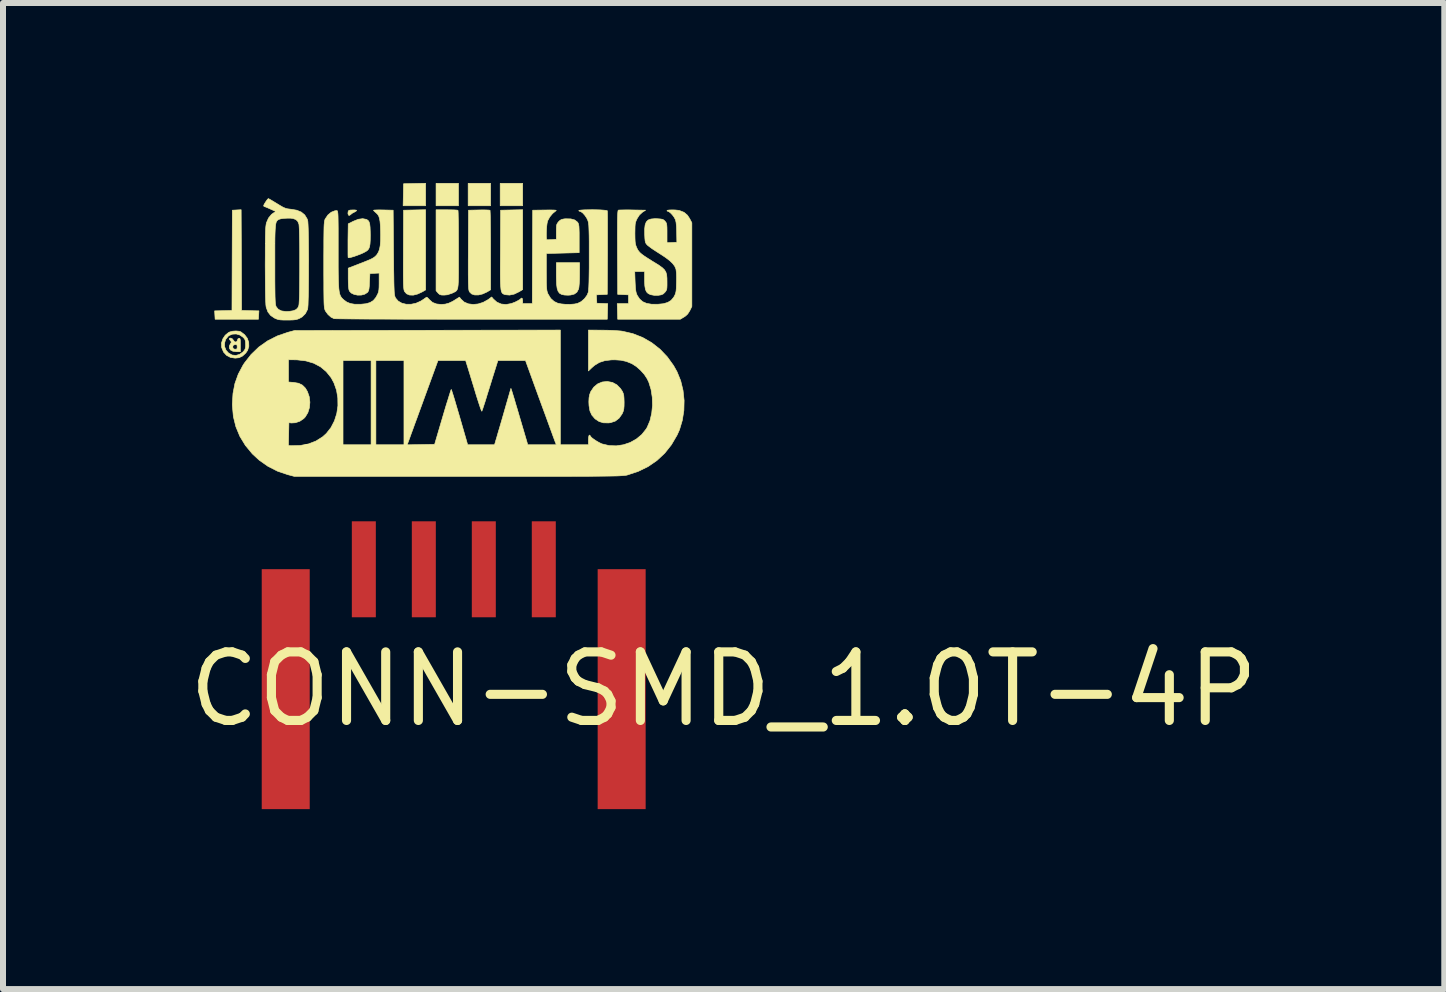
<source format=kicad_pcb>
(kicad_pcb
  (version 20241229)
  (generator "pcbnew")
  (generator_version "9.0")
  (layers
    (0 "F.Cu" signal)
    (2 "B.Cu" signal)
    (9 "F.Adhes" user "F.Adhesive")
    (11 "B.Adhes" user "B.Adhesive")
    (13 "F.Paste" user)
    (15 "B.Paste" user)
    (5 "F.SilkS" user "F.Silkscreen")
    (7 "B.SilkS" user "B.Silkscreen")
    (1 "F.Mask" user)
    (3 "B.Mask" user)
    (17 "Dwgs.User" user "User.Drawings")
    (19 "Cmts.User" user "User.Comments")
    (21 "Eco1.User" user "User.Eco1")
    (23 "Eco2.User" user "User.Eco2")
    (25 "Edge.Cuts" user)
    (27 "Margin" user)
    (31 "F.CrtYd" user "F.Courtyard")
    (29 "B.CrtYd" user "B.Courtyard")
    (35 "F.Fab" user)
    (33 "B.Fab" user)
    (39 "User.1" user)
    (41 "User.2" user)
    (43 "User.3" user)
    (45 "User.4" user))
  (footprint "CONN-SMD_1.0T-4P"
    (layer "F.Cu")
    (at 4.513 8.439)
    (property "Reference" "CONN-SMD_1.0T-4P" (at 4.5 0 0) (layer "F.SilkS") (effects (font (size 1.143 1.143) (thickness 0.152))))
    (attr smd)
    (fp_poly (pts (xy -0.294 -8.433) (xy 0.08 -8.433) (xy 0.08 -8.059) (xy -0.294 -8.059) (xy -0.294 -8.433)) (stroke (width 0.01) (type solid)) (fill yes) (layer "F.SilkS"))
    (fp_poly (pts (xy 0.241 -8.433) (xy 0.615 -8.433) (xy 0.615 -8.059) (xy 0.241 -8.059) (xy 0.241 -8.433)) (stroke (width 0.01) (type solid)) (fill yes) (layer "F.SilkS"))
    (fp_poly (pts (xy 0.775 -8.433) (xy 1.15 -8.433) (xy 1.15 -8.059) (xy 0.775 -8.059) (xy 0.775 -8.433)) (stroke (width 0.01) (type solid)) (fill yes) (layer "F.SilkS"))
    (fp_poly (pts (xy -0.839 -8.243) (xy -0.836 -8.426) (xy -0.652 -8.43) (xy -0.468 -8.434) (xy -0.468 -8.059) (xy -0.843 -8.059) (xy -0.839 -8.243)) (stroke (width 0.01) (type solid)) (fill yes) (layer "F.SilkS"))
    (fp_poly (pts (xy -3.981 -6.237) (xy -3.985 -6.307) (xy -3.841 -6.31) (xy -3.696 -6.314) (xy -3.69 -7.985) (xy -3.617 -7.989) (xy -3.543 -7.993) (xy -3.539 -7.154) (xy -3.536 -6.314) (xy -3.392 -6.31) (xy -3.247 -6.307) (xy -3.255 -6.167) (xy -3.977 -6.167) (xy -3.981 -6.237)) (stroke (width 0.01) (type solid)) (fill yes) (layer "F.SilkS"))
    (fp_poly (pts (xy -1.755 -7.903) (xy -1.763 -7.931) (xy -1.762 -7.942) (xy -1.758 -7.967) (xy -1.748 -7.981) (xy -1.725 -7.987) (xy -1.688 -7.989) (xy -1.649 -7.989) (xy -1.623 -7.985) (xy -1.618 -7.981) (xy -1.629 -7.968) (xy -1.655 -7.953) (xy -1.657 -7.952) (xy -1.69 -7.935) (xy -1.712 -7.917) (xy -1.737 -7.898) (xy -1.755 -7.903)) (stroke (width 0.01) (type solid)) (fill yes) (layer "F.SilkS"))
    (fp_poly (pts (xy 1.846 -6.571) (xy 1.799 -6.581) (xy 1.764 -6.601) (xy 1.74 -6.634) (xy 1.724 -6.683) (xy 1.715 -6.752) (xy 1.712 -6.843) (xy 1.711 -6.901) (xy 1.711 -7.11) (xy 2.099 -7.11) (xy 2.098 -6.912) (xy 2.097 -6.83) (xy 2.093 -6.759) (xy 2.088 -6.704) (xy 2.082 -6.67) (xy 2.081 -6.67) (xy 2.054 -6.619) (xy 2.011 -6.587) (xy 1.949 -6.571) (xy 1.906 -6.568) (xy 1.846 -6.571)) (stroke (width 0.01) (type solid)) (fill yes) (layer "F.SilkS"))
    (fp_poly (pts (xy 0.865 -6.576) (xy 0.845 -6.581) (xy 0.829 -6.588) (xy 0.815 -6.597) (xy 0.804 -6.611) (xy 0.795 -6.633) (xy 0.788 -6.664) (xy 0.784 -6.707) (xy 0.78 -6.763) (xy 0.778 -6.835) (xy 0.777 -6.926) (xy 0.777 -7.037) (xy 0.778 -7.17) (xy 0.779 -7.326) (xy 0.782 -7.985) (xy 0.966 -7.989) (xy 1.15 -7.993) (xy 1.15 -6.662) (xy 1.089 -6.625) (xy 1.008 -6.586) (xy 0.931 -6.57) (xy 0.865 -6.576)) (stroke (width 0.01) (type solid)) (fill yes) (layer "F.SilkS"))
    (fp_poly (pts (xy -0.736 -6.571) (xy -0.786 -6.592) (xy -0.82 -6.631) (xy -0.821 -6.634) (xy -0.826 -6.647) (xy -0.83 -6.664) (xy -0.833 -6.688) (xy -0.836 -6.721) (xy -0.838 -6.766) (xy -0.839 -6.824) (xy -0.84 -6.898) (xy -0.84 -6.991) (xy -0.84 -7.105) (xy -0.839 -7.241) (xy -0.839 -7.332) (xy -0.836 -7.985) (xy -0.652 -7.989) (xy -0.468 -7.993) (xy -0.468 -6.656) (xy -0.525 -6.623) (xy -0.603 -6.587) (xy -0.674 -6.569) (xy -0.736 -6.571)) (stroke (width 0.01) (type solid)) (fill yes) (layer "F.SilkS"))
    (fp_poly (pts (xy -1.758 -7.194) (xy -1.759 -7.195) (xy -1.761 -7.212) (xy -1.762 -7.252) (xy -1.762 -7.311) (xy -1.762 -7.383) (xy -1.762 -7.465) (xy -1.762 -7.484) (xy -1.758 -7.758) (xy -1.672 -7.801) (xy -1.59 -7.834) (xy -1.517 -7.844) (xy -1.455 -7.832) (xy -1.449 -7.829) (xy -1.427 -7.814) (xy -1.411 -7.791) (xy -1.4 -7.755) (xy -1.394 -7.703) (xy -1.391 -7.631) (xy -1.39 -7.571) (xy -1.391 -7.485) (xy -1.395 -7.421) (xy -1.403 -7.375) (xy -1.416 -7.342) (xy -1.435 -7.318) (xy -1.462 -7.298) (xy -1.463 -7.298) (xy -1.501 -7.277) (xy -1.55 -7.255) (xy -1.605 -7.234) (xy -1.658 -7.215) (xy -1.706 -7.201) (xy -1.741 -7.193) (xy -1.758 -7.194)) (stroke (width 0.01) (type solid)) (fill yes) (layer "F.SilkS"))
    (fp_poly (pts (xy 0.299 -6.589) (xy 0.264 -6.623) (xy 0.261 -6.629) (xy 0.256 -6.641) (xy 0.252 -6.659) (xy 0.249 -6.685) (xy 0.247 -6.721) (xy 0.245 -6.77) (xy 0.244 -6.835) (xy 0.243 -6.916) (xy 0.243 -7.017) (xy 0.243 -7.139) (xy 0.244 -7.285) (xy 0.244 -7.326) (xy 0.247 -7.985) (xy 0.422 -7.989) (xy 0.488 -7.99) (xy 0.544 -7.989) (xy 0.584 -7.987) (xy 0.605 -7.984) (xy 0.606 -7.983) (xy 0.607 -7.969) (xy 0.609 -7.93) (xy 0.611 -7.869) (xy 0.612 -7.79) (xy 0.613 -7.694) (xy 0.614 -7.584) (xy 0.615 -7.464) (xy 0.615 -7.334) (xy 0.615 -7.316) (xy 0.615 -6.658) (xy 0.557 -6.623) (xy 0.483 -6.589) (xy 0.413 -6.572) (xy 0.35 -6.572) (xy 0.299 -6.589)) (stroke (width 0.01) (type solid)) (fill yes) (layer "F.SilkS"))
    (fp_poly (pts (xy 2.496 -4.441) (xy 2.423 -4.463) (xy 2.358 -4.506) (xy 2.352 -4.512) (xy 2.303 -4.569) (xy 2.271 -4.639) (xy 2.256 -4.726) (xy 2.253 -4.79) (xy 2.256 -4.857) (xy 2.265 -4.907) (xy 2.281 -4.952) (xy 2.285 -4.961) (xy 2.335 -5.035) (xy 2.399 -5.089) (xy 2.475 -5.121) (xy 2.559 -5.13) (xy 2.646 -5.114) (xy 2.652 -5.111) (xy 2.72 -5.074) (xy 2.779 -5.014) (xy 2.812 -4.964) (xy 2.826 -4.932) (xy 2.835 -4.897) (xy 2.839 -4.85) (xy 2.841 -4.785) (xy 2.841 -4.783) (xy 2.84 -4.719) (xy 2.836 -4.674) (xy 2.828 -4.638) (xy 2.814 -4.603) (xy 2.807 -4.589) (xy 2.757 -4.518) (xy 2.693 -4.469) (xy 2.614 -4.443) (xy 2.582 -4.439) (xy 2.496 -4.441)) (stroke (width 0.01) (type solid)) (fill yes) (layer "F.SilkS"))
    (fp_poly (pts (xy -0.203 -6.571) (xy -0.232 -6.579) (xy -0.254 -6.597) (xy -0.262 -6.606) (xy -0.294 -6.643) (xy -0.294 -7.992) (xy -0.116 -7.992) (xy -0.049 -7.991) (xy 0.007 -7.99) (xy 0.049 -7.987) (xy 0.07 -7.984) (xy 0.071 -7.983) (xy 0.073 -7.968) (xy 0.075 -7.929) (xy 0.076 -7.869) (xy 0.078 -7.79) (xy 0.079 -7.694) (xy 0.079 -7.585) (xy 0.08 -7.465) (xy 0.08 -7.336) (xy 0.08 -7.323) (xy 0.08 -7.172) (xy 0.08 -7.046) (xy 0.08 -6.942) (xy 0.079 -6.857) (xy 0.077 -6.79) (xy 0.074 -6.738) (xy 0.069 -6.699) (xy 0.062 -6.671) (xy 0.052 -6.651) (xy 0.04 -6.637) (xy 0.025 -6.626) (xy 0.006 -6.617) (xy -0.016 -6.606) (xy -0.027 -6.601) (xy -0.105 -6.575) (xy -0.158 -6.57) (xy -0.203 -6.571)) (stroke (width 0.01) (type solid)) (fill yes) (layer "F.SilkS"))
    (fp_poly (pts (xy -3.681 -5.634) (xy -3.721 -5.655) (xy -3.741 -5.688) (xy -3.737 -5.729) (xy -3.722 -5.757) (xy -3.708 -5.781) (xy -3.711 -5.798) (xy -3.722 -5.811) (xy -3.741 -5.837) (xy -3.737 -5.85) (xy -3.716 -5.853) (xy -3.69 -5.841) (xy -3.674 -5.82) (xy -3.654 -5.794) (xy -3.63 -5.787) (xy -3.612 -5.8) (xy -3.607 -5.816) (xy -3.595 -5.842) (xy -3.579 -5.85) (xy -3.568 -5.85) (xy -3.561 -5.84) (xy -3.557 -5.815) (xy -3.556 -5.771) (xy -3.556 -5.74) (xy -3.556 -5.706) (xy -3.609 -5.706) (xy -3.612 -5.735) (xy -3.625 -5.744) (xy -3.646 -5.744) (xy -3.674 -5.735) (xy -3.683 -5.713) (xy -3.683 -5.706) (xy -3.677 -5.68) (xy -3.654 -5.669) (xy -3.646 -5.668) (xy -3.621 -5.668) (xy -3.611 -5.682) (xy -3.609 -5.706) (xy -3.556 -5.706) (xy -3.556 -5.626) (xy -3.623 -5.626) (xy -3.681 -5.634)) (stroke (width 0.01) (type solid)) (fill yes) (layer "F.SilkS"))
    (fp_poly (pts (xy -3.721 -5.531) (xy -3.786 -5.565) (xy -3.836 -5.619) (xy -3.866 -5.691) (xy -3.87 -5.708) (xy -3.87 -5.774) (xy -3.848 -5.841) (xy -3.809 -5.9) (xy -3.756 -5.944) (xy -3.734 -5.955) (xy -3.685 -5.968) (xy -3.629 -5.972) (xy -3.577 -5.967) (xy -3.549 -5.958) (xy -3.486 -5.91) (xy -3.441 -5.851) (xy -3.417 -5.784) (xy -3.416 -5.747) (xy -3.469 -5.747) (xy -3.471 -5.794) (xy -3.478 -5.825) (xy -3.495 -5.85) (xy -3.511 -5.867) (xy -3.564 -5.904) (xy -3.625 -5.922) (xy -3.687 -5.919) (xy -3.742 -5.897) (xy -3.759 -5.884) (xy -3.801 -5.831) (xy -3.82 -5.77) (xy -3.818 -5.709) (xy -3.795 -5.651) (xy -3.753 -5.604) (xy -3.694 -5.571) (xy -3.692 -5.571) (xy -3.631 -5.564) (xy -3.569 -5.582) (xy -3.513 -5.622) (xy -3.509 -5.626) (xy -3.486 -5.654) (xy -3.474 -5.681) (xy -3.469 -5.72) (xy -3.469 -5.747) (xy -3.416 -5.747) (xy -3.415 -5.716) (xy -3.435 -5.649) (xy -3.466 -5.604) (xy -3.52 -5.554) (xy -3.578 -5.526) (xy -3.643 -5.519) (xy -3.721 -5.531)) (stroke (width 0.01) (type solid)) (fill yes) (layer "F.SilkS"))
    (fp_poly (pts (xy -2.842 -6.154) (xy -2.891 -6.157) (xy -2.927 -6.163) (xy -2.959 -6.174) (xy -2.988 -6.187) (xy -3.052 -6.231) (xy -3.097 -6.289) (xy -3.125 -6.365) (xy -3.127 -6.375) (xy -3.131 -6.407) (xy -3.134 -6.464) (xy -3.137 -6.545) (xy -3.139 -6.649) (xy -3.14 -6.775) (xy -3.141 -6.922) (xy -3.142 -7.074) (xy -3.141 -7.227) (xy -3.141 -7.354) (xy -3.14 -7.46) (xy -3.139 -7.546) (xy -3.137 -7.615) (xy -3.135 -7.669) (xy -3.132 -7.71) (xy -3.128 -7.741) (xy -3.124 -7.765) (xy -3.122 -7.774) (xy -3.087 -7.854) (xy -3.037 -7.915) (xy -3.004 -7.939) (xy -2.964 -7.963) (xy -3.055 -8.004) (xy -3.1 -8.024) (xy -3.136 -8.039) (xy -3.156 -8.045) (xy -3.157 -8.045) (xy -3.168 -8.056) (xy -3.168 -8.059) (xy -3.162 -8.077) (xy -3.145 -8.107) (xy -3.124 -8.139) (xy -3.104 -8.166) (xy -3.091 -8.178) (xy -3.09 -8.179) (xy -3.076 -8.172) (xy -3.044 -8.154) (xy -2.999 -8.127) (xy -2.945 -8.094) (xy -2.945 -8.094) (xy -2.884 -8.057) (xy -2.84 -8.032) (xy -2.803 -8.017) (xy -2.769 -8.008) (xy -2.729 -8.003) (xy -2.713 -8.001) (xy -2.617 -7.985) (xy -2.541 -7.954) (xy -2.484 -7.907) (xy -2.444 -7.842) (xy -2.435 -7.818) (xy -2.431 -7.794) (xy -2.428 -7.746) (xy -2.425 -7.678) (xy -2.423 -7.592) (xy -2.421 -7.492) (xy -2.42 -7.382) (xy -2.419 -7.263) (xy -2.418 -7.139) (xy -2.419 -7.069) (xy -2.567 -7.069) (xy -2.567 -7.189) (xy -2.567 -7.305) (xy -2.568 -7.415) (xy -2.57 -7.516) (xy -2.572 -7.603) (xy -2.574 -7.673) (xy -2.577 -7.724) (xy -2.58 -7.752) (xy -2.58 -7.753) (xy -2.6 -7.8) (xy -2.631 -7.829) (xy -2.677 -7.846) (xy -2.719 -7.852) (xy -2.773 -7.852) (xy -2.83 -7.849) (xy -2.88 -7.842) (xy -2.914 -7.832) (xy -2.914 -7.832) (xy -2.929 -7.823) (xy -2.941 -7.814) (xy -2.951 -7.8) (xy -2.96 -7.782) (xy -2.966 -7.755) (xy -2.971 -7.718) (xy -2.975 -7.669) (xy -2.978 -7.605) (xy -2.98 -7.524) (xy -2.981 -7.425) (xy -2.981 -7.304) (xy -2.981 -7.16) (xy -2.981 -7.08) (xy -2.981 -6.929) (xy -2.981 -6.803) (xy -2.98 -6.698) (xy -2.979 -6.613) (xy -2.978 -6.546) (xy -2.976 -6.493) (xy -2.974 -6.453) (xy -2.971 -6.424) (xy -2.968 -6.403) (xy -2.963 -6.387) (xy -2.958 -6.374) (xy -2.923 -6.332) (xy -2.87 -6.306) (xy -2.796 -6.296) (xy -2.744 -6.298) (xy -2.674 -6.309) (xy -2.626 -6.329) (xy -2.595 -6.363) (xy -2.581 -6.398) (xy -2.578 -6.423) (xy -2.575 -6.472) (xy -2.572 -6.54) (xy -2.57 -6.626) (xy -2.569 -6.725) (xy -2.568 -6.834) (xy -2.567 -6.95) (xy -2.567 -7.069) (xy -2.419 -7.069) (xy -2.419 -7.014) (xy -2.419 -6.891) (xy -2.42 -6.772) (xy -2.421 -6.661) (xy -2.423 -6.561) (xy -2.426 -6.475) (xy -2.428 -6.406) (xy -2.432 -6.358) (xy -2.435 -6.333) (xy -2.436 -6.332) (xy -2.472 -6.261) (xy -2.526 -6.207) (xy -2.566 -6.184) (xy -2.598 -6.17) (xy -2.631 -6.161) (xy -2.672 -6.156) (xy -2.728 -6.154) (xy -2.774 -6.154) (xy -2.842 -6.154)) (stroke (width 0.01) (type solid)) (fill yes) (layer "F.SilkS"))
    (fp_poly (pts (xy 2.73 -6.297) (xy 2.726 -6.428) (xy 2.914 -6.428) (xy 2.914 -6.574) (xy 2.824 -6.578) (xy 2.734 -6.582) (xy 2.73 -7.28) (xy 2.73 -7.44) (xy 2.729 -7.575) (xy 2.73 -7.687) (xy 2.73 -7.778) (xy 2.731 -7.849) (xy 2.733 -7.904) (xy 2.735 -7.943) (xy 2.738 -7.968) (xy 2.741 -7.982) (xy 2.744 -7.986) (xy 2.763 -7.988) (xy 2.803 -7.989) (xy 2.861 -7.99) (xy 2.93 -7.99) (xy 2.98 -7.989) (xy 3.199 -7.985) (xy 3.147 -7.952) (xy 3.096 -7.905) (xy 3.058 -7.846) (xy 3.043 -7.814) (xy 3.033 -7.786) (xy 3.026 -7.755) (xy 3.023 -7.714) (xy 3.022 -7.658) (xy 3.021 -7.598) (xy 3.022 -7.524) (xy 3.024 -7.471) (xy 3.028 -7.431) (xy 3.036 -7.399) (xy 3.047 -7.369) (xy 3.054 -7.354) (xy 3.068 -7.325) (xy 3.085 -7.301) (xy 3.106 -7.277) (xy 3.136 -7.251) (xy 3.177 -7.221) (xy 3.234 -7.184) (xy 3.308 -7.137) (xy 3.348 -7.113) (xy 3.423 -7.066) (xy 3.477 -7.027) (xy 3.514 -6.991) (xy 3.537 -6.953) (xy 3.55 -6.909) (xy 3.555 -6.854) (xy 3.556 -6.794) (xy 3.556 -6.731) (xy 3.554 -6.688) (xy 3.549 -6.66) (xy 3.539 -6.64) (xy 3.524 -6.62) (xy 3.519 -6.614) (xy 3.491 -6.588) (xy 3.458 -6.574) (xy 3.41 -6.566) (xy 3.409 -6.566) (xy 3.342 -6.566) (xy 3.283 -6.577) (xy 3.282 -6.577) (xy 3.242 -6.596) (xy 3.214 -6.624) (xy 3.196 -6.665) (xy 3.186 -6.724) (xy 3.182 -6.804) (xy 3.182 -6.825) (xy 3.182 -6.963) (xy 3.018 -6.963) (xy 3.024 -6.792) (xy 3.028 -6.715) (xy 3.033 -6.659) (xy 3.04 -6.618) (xy 3.05 -6.586) (xy 3.059 -6.566) (xy 3.099 -6.505) (xy 3.15 -6.46) (xy 3.215 -6.432) (xy 3.296 -6.418) (xy 3.399 -6.417) (xy 3.402 -6.417) (xy 3.495 -6.426) (xy 3.567 -6.447) (xy 3.622 -6.48) (xy 3.664 -6.529) (xy 3.676 -6.548) (xy 3.69 -6.576) (xy 3.7 -6.604) (xy 3.707 -6.638) (xy 3.711 -6.684) (xy 3.713 -6.749) (xy 3.714 -6.781) (xy 3.715 -6.867) (xy 3.713 -6.938) (xy 3.707 -6.99) (xy 3.704 -7.006) (xy 3.684 -7.052) (xy 3.65 -7.097) (xy 3.601 -7.144) (xy 3.533 -7.196) (xy 3.442 -7.256) (xy 3.429 -7.264) (xy 3.367 -7.304) (xy 3.309 -7.342) (xy 3.263 -7.376) (xy 3.232 -7.4) (xy 3.227 -7.405) (xy 3.209 -7.425) (xy 3.198 -7.446) (xy 3.191 -7.474) (xy 3.187 -7.515) (xy 3.184 -7.576) (xy 3.184 -7.576) (xy 3.183 -7.67) (xy 3.191 -7.74) (xy 3.21 -7.789) (xy 3.241 -7.821) (xy 3.288 -7.838) (xy 3.352 -7.844) (xy 3.392 -7.843) (xy 3.445 -7.839) (xy 3.479 -7.833) (xy 3.502 -7.822) (xy 3.522 -7.803) (xy 3.524 -7.8) (xy 3.538 -7.783) (xy 3.547 -7.764) (xy 3.552 -7.738) (xy 3.555 -7.699) (xy 3.556 -7.643) (xy 3.556 -7.603) (xy 3.556 -7.443) (xy 3.638 -7.446) (xy 3.72 -7.45) (xy 3.717 -7.616) (xy 3.714 -7.711) (xy 3.707 -7.781) (xy 3.697 -7.826) (xy 3.695 -7.83) (xy 3.674 -7.869) (xy 3.645 -7.908) (xy 3.613 -7.941) (xy 3.585 -7.962) (xy 3.573 -7.965) (xy 3.557 -7.973) (xy 3.556 -7.979) (xy 3.568 -7.985) (xy 3.6 -7.989) (xy 3.643 -7.99) (xy 3.691 -7.989) (xy 3.737 -7.984) (xy 3.765 -7.979) (xy 3.839 -7.95) (xy 3.896 -7.902) (xy 3.933 -7.846) (xy 3.97 -7.775) (xy 3.97 -6.38) (xy 3.936 -6.31) (xy 3.901 -6.255) (xy 3.858 -6.216) (xy 3.839 -6.204) (xy 3.777 -6.167) (xy 2.734 -6.167) (xy 2.73 -6.297)) (stroke (width 0.01) (type solid)) (fill yes) (layer "F.SilkS"))
    (fp_poly (pts (xy -2.767 -3.577) (xy -2.938 -3.635) (xy -3.097 -3.716) (xy -3.242 -3.818) (xy -3.356 -3.923) (xy -3.473 -4.065) (xy -3.565 -4.216) (xy -3.631 -4.376) (xy -3.673 -4.545) (xy -3.689 -4.724) (xy -3.69 -4.752) (xy -3.679 -4.931) (xy -3.647 -5.096) (xy -3.591 -5.252) (xy -3.512 -5.401) (xy -3.488 -5.438) (xy -3.377 -5.58) (xy -3.248 -5.704) (xy -3.102 -5.807) (xy -2.94 -5.889) (xy -2.765 -5.949) (xy -2.765 -5.949) (xy -2.654 -5.979) (xy -0.438 -5.983) (xy 1.778 -5.987) (xy 1.778 -4.075) (xy 1.711 -4.075) (xy 1.686 -4.138) (xy 1.677 -4.163) (xy 1.659 -4.211) (xy 1.635 -4.278) (xy 1.604 -4.362) (xy 1.568 -4.461) (xy 1.528 -4.571) (xy 1.484 -4.69) (xy 1.438 -4.816) (xy 1.429 -4.84) (xy 1.197 -5.479) (xy 0.737 -5.479) (xy 0.677 -5.288) (xy 0.651 -5.206) (xy 0.621 -5.108) (xy 0.589 -5.006) (xy 0.558 -4.908) (xy 0.547 -4.87) (xy 0.524 -4.796) (xy 0.503 -4.732) (xy 0.486 -4.68) (xy 0.474 -4.646) (xy 0.469 -4.634) (xy 0.463 -4.643) (xy 0.45 -4.675) (xy 0.433 -4.725) (xy 0.411 -4.792) (xy 0.386 -4.87) (xy 0.368 -4.928) (xy 0.34 -5.022) (xy 0.311 -5.116) (xy 0.284 -5.204) (xy 0.261 -5.28) (xy 0.243 -5.338) (xy 0.238 -5.355) (xy 0.199 -5.479) (xy -0.262 -5.479) (xy -0.481 -4.88) (xy -0.526 -4.756) (xy -0.57 -4.636) (xy -0.611 -4.523) (xy -0.649 -4.421) (xy -0.681 -4.332) (xy -0.708 -4.259) (xy -0.727 -4.206) (xy -0.737 -4.178) (xy -0.775 -4.075) (xy -0.829 -4.075) (xy -0.829 -5.479) (xy -1.297 -5.479) (xy -1.297 -4.075) (xy -1.377 -4.075) (xy -1.377 -5.479) (xy -1.845 -5.479) (xy -1.845 -4.725) (xy -1.93 -4.725) (xy -1.932 -4.856) (xy -1.953 -4.984) (xy -1.996 -5.106) (xy -2.043 -5.193) (xy -2.124 -5.294) (xy -2.221 -5.375) (xy -2.335 -5.435) (xy -2.464 -5.473) (xy -2.607 -5.49) (xy -2.637 -5.491) (xy -2.754 -5.492) (xy -2.754 -5.121) (xy -2.667 -5.114) (xy -2.585 -5.1) (xy -2.522 -5.069) (xy -2.472 -5.019) (xy -2.438 -4.961) (xy -2.408 -4.875) (xy -2.397 -4.784) (xy -2.405 -4.694) (xy -2.431 -4.61) (xy -2.474 -4.539) (xy -2.5 -4.511) (xy -2.565 -4.467) (xy -2.639 -4.442) (xy -2.705 -4.438) (xy -2.747 -4.443) (xy -2.755 -4.062) (xy -2.711 -4.059) (xy -2.559 -4.063) (xy -2.42 -4.089) (xy -2.296 -4.137) (xy -2.185 -4.207) (xy -2.123 -4.263) (xy -2.046 -4.361) (xy -1.988 -4.473) (xy -1.949 -4.596) (xy -1.93 -4.725) (xy -1.845 -4.725) (xy -1.845 -4.075) (xy -1.377 -4.075) (xy -1.297 -4.075) (xy -0.829 -4.075) (xy -0.775 -4.075) (xy -0.775 -4.074) (xy -0.546 -4.078) (xy -0.318 -4.082) (xy -0.183 -4.54) (xy -0.152 -4.645) (xy -0.123 -4.742) (xy -0.096 -4.827) (xy -0.074 -4.899) (xy -0.057 -4.952) (xy -0.046 -4.986) (xy -0.041 -4.997) (xy -0.035 -4.985) (xy -0.024 -4.95) (xy -0.006 -4.894) (xy 0.016 -4.822) (xy 0.041 -4.736) (xy 0.07 -4.638) (xy 0.1 -4.536) (xy 0.233 -4.075) (xy 0.68 -4.075) (xy 0.694 -4.118) (xy 0.701 -4.144) (xy 0.716 -4.193) (xy 0.736 -4.263) (xy 0.763 -4.354) (xy 0.795 -4.463) (xy 0.831 -4.588) (xy 0.871 -4.728) (xy 0.915 -4.88) (xy 0.933 -4.943) (xy 0.954 -5.015) (xy 0.97 -4.969) (xy 0.977 -4.946) (xy 0.991 -4.9) (xy 1.011 -4.835) (xy 1.034 -4.755) (xy 1.062 -4.663) (xy 1.091 -4.563) (xy 1.11 -4.499) (xy 1.235 -4.075) (xy 1.711 -4.075) (xy 1.778 -4.075) (xy 2.246 -4.075) (xy 2.246 -4.155) (xy 2.249 -4.202) (xy 2.256 -4.23) (xy 2.267 -4.237) (xy 2.279 -4.22) (xy 2.281 -4.216) (xy 2.297 -4.196) (xy 2.331 -4.17) (xy 2.374 -4.141) (xy 2.42 -4.114) (xy 2.463 -4.093) (xy 2.473 -4.089) (xy 2.591 -4.061) (xy 2.711 -4.057) (xy 2.83 -4.075) (xy 2.943 -4.113) (xy 3.046 -4.171) (xy 3.136 -4.246) (xy 3.209 -4.338) (xy 3.226 -4.367) (xy 3.272 -4.476) (xy 3.301 -4.6) (xy 3.314 -4.732) (xy 3.31 -4.866) (xy 3.29 -4.996) (xy 3.253 -5.116) (xy 3.225 -5.175) (xy 3.178 -5.247) (xy 3.115 -5.317) (xy 3.045 -5.379) (xy 2.975 -5.424) (xy 2.965 -5.429) (xy 2.878 -5.464) (xy 2.789 -5.484) (xy 2.69 -5.491) (xy 2.628 -5.49) (xy 2.52 -5.477) (xy 2.429 -5.448) (xy 2.348 -5.399) (xy 2.301 -5.358) (xy 2.246 -5.305) (xy 2.246 -5.987) (xy 2.477 -5.985) (xy 2.562 -5.984) (xy 2.648 -5.981) (xy 2.726 -5.976) (xy 2.788 -5.971) (xy 2.815 -5.967) (xy 2.987 -5.927) (xy 3.15 -5.863) (xy 3.301 -5.776) (xy 3.439 -5.668) (xy 3.561 -5.54) (xy 3.666 -5.394) (xy 3.723 -5.292) (xy 3.784 -5.142) (xy 3.823 -4.981) (xy 3.841 -4.814) (xy 3.837 -4.646) (xy 3.811 -4.482) (xy 3.764 -4.325) (xy 3.724 -4.236) (xy 3.629 -4.074) (xy 3.517 -3.933) (xy 3.387 -3.812) (xy 3.24 -3.711) (xy 3.076 -3.631) (xy 2.895 -3.571) (xy 2.891 -3.57) (xy 2.879 -3.567) (xy 2.865 -3.565) (xy 2.847 -3.563) (xy 2.825 -3.561) (xy 2.798 -3.559) (xy 2.763 -3.557) (xy 2.721 -3.555) (xy 2.67 -3.554) (xy 2.608 -3.553) (xy 2.536 -3.552) (xy 2.451 -3.551) (xy 2.353 -3.55) (xy 2.24 -3.549) (xy 2.111 -3.549) (xy 1.966 -3.548) (xy 1.803 -3.548) (xy 1.621 -3.548) (xy 1.419 -3.547) (xy 1.195 -3.547) (xy 0.949 -3.547) (xy 0.68 -3.547) (xy 0.387 -3.547) (xy 0.074 -3.547) (xy -2.654 -3.547) (xy -2.767 -3.577)) (stroke (width 0.01) (type solid)) (fill yes) (layer "F.SilkS"))
    (fp_poly (pts (xy 0.057 -6.167) (xy -0.181 -6.167) (xy -0.41 -6.168) (xy -0.629 -6.168) (xy -0.837 -6.168) (xy -1.032 -6.169) (xy -1.214 -6.17) (xy -1.38 -6.17) (xy -1.529 -6.171) (xy -1.66 -6.172) (xy -1.772 -6.173) (xy -1.862 -6.174) (xy -1.93 -6.175) (xy -1.975 -6.176) (xy -1.994 -6.177) (xy -1.994 -6.177) (xy -2.045 -6.202) (xy -2.094 -6.245) (xy -2.134 -6.299) (xy -2.14 -6.309) (xy -2.145 -6.321) (xy -2.15 -6.335) (xy -2.154 -6.353) (xy -2.157 -6.376) (xy -2.16 -6.409) (xy -2.162 -6.452) (xy -2.163 -6.508) (xy -2.164 -6.579) (xy -2.165 -6.668) (xy -2.165 -6.777) (xy -2.166 -6.907) (xy -2.166 -7.062) (xy -2.166 -7.076) (xy -2.166 -7.233) (xy -2.165 -7.366) (xy -2.165 -7.476) (xy -2.164 -7.567) (xy -2.163 -7.64) (xy -2.162 -7.697) (xy -2.16 -7.741) (xy -2.157 -7.774) (xy -2.154 -7.799) (xy -2.15 -7.817) (xy -2.146 -7.831) (xy -2.14 -7.842) (xy -2.097 -7.905) (xy -2.042 -7.951) (xy -1.982 -7.975) (xy -1.951 -7.979) (xy -1.945 -7.978) (xy -1.94 -7.974) (xy -1.936 -7.965) (xy -1.933 -7.949) (xy -1.93 -7.924) (xy -1.928 -7.886) (xy -1.927 -7.835) (xy -1.926 -7.768) (xy -1.925 -7.682) (xy -1.925 -7.576) (xy -1.925 -7.447) (xy -1.925 -7.326) (xy -1.925 -7.165) (xy -1.925 -7.029) (xy -1.924 -6.914) (xy -1.922 -6.82) (xy -1.919 -6.743) (xy -1.915 -6.682) (xy -1.909 -6.633) (xy -1.902 -6.595) (xy -1.892 -6.566) (xy -1.88 -6.543) (xy -1.866 -6.523) (xy -1.848 -6.505) (xy -1.832 -6.49) (xy -1.781 -6.453) (xy -1.721 -6.429) (xy -1.649 -6.417) (xy -1.558 -6.417) (xy -1.551 -6.417) (xy -1.461 -6.426) (xy -1.393 -6.446) (xy -1.34 -6.479) (xy -1.299 -6.528) (xy -1.281 -6.56) (xy -1.264 -6.593) (xy -1.253 -6.623) (xy -1.247 -6.657) (xy -1.244 -6.701) (xy -1.243 -6.762) (xy -1.243 -6.784) (xy -1.243 -6.937) (xy -1.32 -6.933) (xy -1.397 -6.929) (xy -1.404 -6.786) (xy -1.407 -6.72) (xy -1.412 -6.675) (xy -1.419 -6.645) (xy -1.429 -6.625) (xy -1.438 -6.614) (xy -1.483 -6.585) (xy -1.54 -6.57) (xy -1.601 -6.569) (xy -1.66 -6.581) (xy -1.709 -6.605) (xy -1.739 -6.638) (xy -1.748 -6.666) (xy -1.754 -6.714) (xy -1.757 -6.783) (xy -1.758 -6.846) (xy -1.758 -7.019) (xy -1.577 -7.089) (xy -1.49 -7.123) (xy -1.423 -7.15) (xy -1.374 -7.172) (xy -1.339 -7.191) (xy -1.313 -7.21) (xy -1.292 -7.23) (xy -1.278 -7.247) (xy -1.254 -7.287) (xy -1.236 -7.335) (xy -1.225 -7.396) (xy -1.219 -7.474) (xy -1.218 -7.573) (xy -1.219 -7.636) (xy -1.222 -7.727) (xy -1.228 -7.797) (xy -1.237 -7.848) (xy -1.25 -7.887) (xy -1.269 -7.917) (xy -1.295 -7.942) (xy -1.303 -7.949) (xy -1.326 -7.97) (xy -1.337 -7.984) (xy -1.337 -7.984) (xy -1.324 -7.987) (xy -1.29 -7.989) (xy -1.24 -7.99) (xy -1.178 -7.989) (xy -1.173 -7.989) (xy -1.009 -7.985) (xy -1.003 -7.277) (xy -1.001 -7.121) (xy -1 -6.989) (xy -0.998 -6.88) (xy -0.997 -6.791) (xy -0.995 -6.719) (xy -0.993 -6.663) (xy -0.991 -6.62) (xy -0.988 -6.587) (xy -0.984 -6.564) (xy -0.98 -6.547) (xy -0.975 -6.534) (xy -0.969 -6.522) (xy -0.969 -6.521) (xy -0.924 -6.469) (xy -0.864 -6.435) (xy -0.791 -6.417) (xy -0.711 -6.417) (xy -0.629 -6.434) (xy -0.548 -6.47) (xy -0.499 -6.502) (xy -0.47 -6.523) (xy -0.451 -6.534) (xy -0.448 -6.535) (xy -0.435 -6.525) (xy -0.412 -6.502) (xy -0.404 -6.493) (xy -0.352 -6.447) (xy -0.286 -6.422) (xy -0.21 -6.414) (xy -0.142 -6.419) (xy -0.082 -6.435) (xy -0.018 -6.465) (xy 0.024 -6.491) (xy 0.096 -6.536) (xy 0.123 -6.501) (xy 0.176 -6.453) (xy 0.245 -6.424) (xy 0.323 -6.414) (xy 0.407 -6.422) (xy 0.492 -6.449) (xy 0.573 -6.494) (xy 0.587 -6.504) (xy 0.633 -6.539) (xy 0.661 -6.505) (xy 0.72 -6.452) (xy 0.792 -6.421) (xy 0.873 -6.413) (xy 0.961 -6.429) (xy 1.024 -6.453) (xy 1.067 -6.475) (xy 1.1 -6.494) (xy 1.115 -6.507) (xy 1.132 -6.521) (xy 1.144 -6.512) (xy 1.15 -6.481) (xy 1.15 -6.475) (xy 1.15 -6.428) (xy 1.31 -6.428) (xy 1.313 -7.207) (xy 1.317 -7.985) (xy 1.524 -7.988) (xy 1.603 -7.989) (xy 1.658 -7.988) (xy 1.692 -7.986) (xy 1.708 -7.983) (xy 1.709 -7.978) (xy 1.704 -7.975) (xy 1.649 -7.93) (xy 1.601 -7.872) (xy 1.568 -7.811) (xy 1.563 -7.797) (xy 1.556 -7.761) (xy 1.55 -7.712) (xy 1.546 -7.656) (xy 1.544 -7.6) (xy 1.544 -7.549) (xy 1.546 -7.512) (xy 1.551 -7.494) (xy 1.551 -7.494) (xy 1.567 -7.492) (xy 1.601 -7.493) (xy 1.634 -7.494) (xy 1.711 -7.5) (xy 1.711 -7.625) (xy 1.712 -7.685) (xy 1.714 -7.725) (xy 1.72 -7.751) (xy 1.732 -7.772) (xy 1.749 -7.794) (xy 1.775 -7.818) (xy 1.802 -7.832) (xy 1.841 -7.84) (xy 1.868 -7.842) (xy 1.953 -7.84) (xy 2.018 -7.822) (xy 2.062 -7.788) (xy 2.068 -7.781) (xy 2.077 -7.764) (xy 2.083 -7.744) (xy 2.088 -7.714) (xy 2.09 -7.671) (xy 2.092 -7.611) (xy 2.092 -7.53) (xy 2.092 -7.511) (xy 2.092 -7.277) (xy 1.818 -7.27) (xy 1.544 -7.263) (xy 1.544 -6.956) (xy 1.545 -6.856) (xy 1.545 -6.779) (xy 1.547 -6.721) (xy 1.55 -6.678) (xy 1.554 -6.646) (xy 1.56 -6.621) (xy 1.567 -6.6) (xy 1.573 -6.588) (xy 1.617 -6.515) (xy 1.675 -6.463) (xy 1.734 -6.435) (xy 1.791 -6.423) (xy 1.864 -6.416) (xy 1.941 -6.415) (xy 2.013 -6.421) (xy 2.064 -6.431) (xy 2.125 -6.461) (xy 2.181 -6.51) (xy 2.224 -6.569) (xy 2.244 -6.618) (xy 2.248 -6.65) (xy 2.252 -6.706) (xy 2.255 -6.786) (xy 2.257 -6.892) (xy 2.259 -7.022) (xy 2.259 -7.179) (xy 2.259 -7.213) (xy 2.259 -7.351) (xy 2.259 -7.464) (xy 2.258 -7.555) (xy 2.256 -7.628) (xy 2.254 -7.686) (xy 2.252 -7.729) (xy 2.248 -7.763) (xy 2.244 -7.788) (xy 2.238 -7.808) (xy 2.238 -7.81) (xy 2.217 -7.855) (xy 2.187 -7.899) (xy 2.154 -7.936) (xy 2.122 -7.96) (xy 2.105 -7.965) (xy 2.088 -7.973) (xy 2.085 -7.979) (xy 2.098 -7.984) (xy 2.132 -7.988) (xy 2.182 -7.991) (xy 2.244 -7.992) (xy 2.312 -7.993) (xy 2.38 -7.992) (xy 2.444 -7.99) (xy 2.499 -7.986) (xy 2.539 -7.982) (xy 2.559 -7.977) (xy 2.561 -7.975) (xy 2.562 -7.959) (xy 2.563 -7.919) (xy 2.564 -7.857) (xy 2.564 -7.776) (xy 2.564 -7.678) (xy 2.564 -7.567) (xy 2.564 -7.444) (xy 2.564 -7.313) (xy 2.564 -7.27) (xy 2.56 -6.582) (xy 2.469 -6.578) (xy 2.378 -6.574) (xy 2.382 -6.504) (xy 2.386 -6.434) (xy 2.477 -6.431) (xy 2.568 -6.427) (xy 2.564 -6.297) (xy 2.56 -6.167) (xy 0.301 -6.167) (xy 0.057 -6.167)) (stroke (width 0.01) (type solid)) (fill yes) (layer "F.SilkS"))
    (pad "0" smd rect (at -2.8 -0.001) (size 0.8 4) (layers "F.Cu" "F.Mask" "F.Paste"))
    (pad "0" smd rect (at 2.8 -0.001) (size 0.8 4) (layers "F.Cu" "F.Mask" "F.Paste"))
    (pad "1" smd rect (at -1.498 -1.999) (size 0.4 1.6) (layers "F.Cu" "F.Mask" "F.Paste"))
    (pad "2" smd rect (at -0.498 -1.999) (size 0.4 1.6) (layers "F.Cu" "F.Mask" "F.Paste"))
    (pad "3" smd rect (at 0.502 -1.999) (size 0.4 1.6) (layers "F.Cu" "F.Mask" "F.Paste"))
    (pad "4" smd rect (at 1.502 -1.999) (size 0.4 1.6) (layers "F.Cu" "F.Mask" "F.Paste")))
  (gr_rect
    (start -3 -3)
    (end 21.026 13.438)
    (stroke (width 0.1) (type default))
    (fill no)
    (layer "Edge.Cuts")))
</source>
